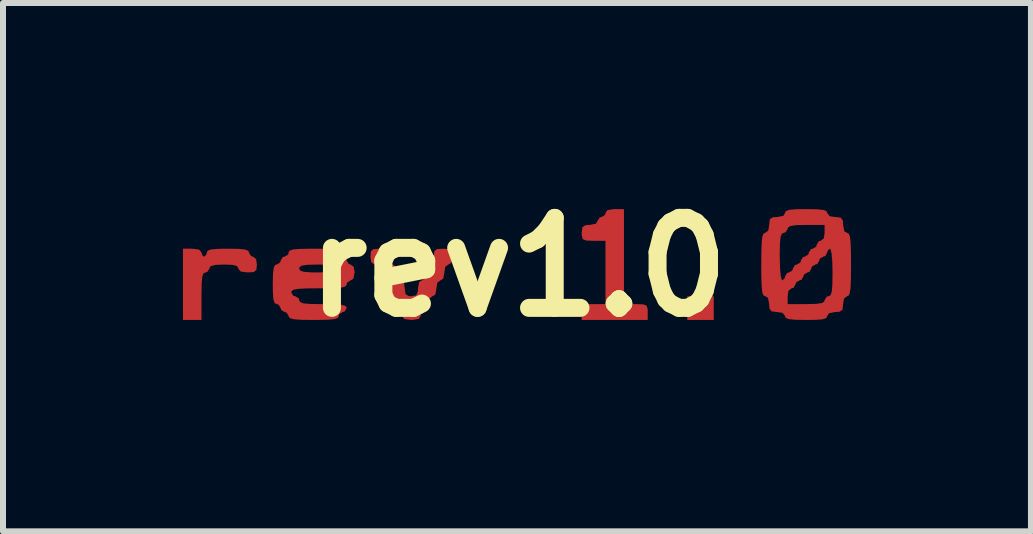
<source format=kicad_pcb>
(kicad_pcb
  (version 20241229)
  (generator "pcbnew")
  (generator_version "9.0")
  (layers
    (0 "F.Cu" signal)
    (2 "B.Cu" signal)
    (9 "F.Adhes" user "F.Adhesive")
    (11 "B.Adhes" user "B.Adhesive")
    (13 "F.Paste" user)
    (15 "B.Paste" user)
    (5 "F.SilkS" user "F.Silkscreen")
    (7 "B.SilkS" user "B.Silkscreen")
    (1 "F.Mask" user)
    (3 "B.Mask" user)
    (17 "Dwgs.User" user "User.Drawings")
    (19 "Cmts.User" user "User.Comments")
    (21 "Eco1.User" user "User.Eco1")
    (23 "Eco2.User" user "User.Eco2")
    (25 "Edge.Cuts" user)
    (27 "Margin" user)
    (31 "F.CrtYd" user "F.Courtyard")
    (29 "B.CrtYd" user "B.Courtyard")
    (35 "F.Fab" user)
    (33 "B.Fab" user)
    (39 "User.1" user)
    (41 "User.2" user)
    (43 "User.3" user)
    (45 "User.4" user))
  (footprint "rev1.0"
    (layer "F.Cu")
    (at 5.591 1.404)
    (property "Reference" "rev1.0" (at 0 0 0) (layer "F.SilkS") (effects (font (size 1.5 1.5) (thickness 0.3))))
    (attr board_only exclude_from_pos_files exclude_from_bom)
    (fp_poly (pts (xy 3.258 0.682) (xy 3.258 0.88) (xy 3.037 0.88) (xy 2.817 0.88) (xy 2.817 0.682) (xy 2.817 0.484) (xy 3.037 0.484) (xy 3.258 0.484)) (stroke (width 0) (type solid)) (fill yes) (layer "F.Cu"))
    (fp_poly (pts (xy 1.761 -0.176) (xy 1.761 0.616) (xy 1.959 0.616) (xy 2.081 0.62) (xy 2.138 0.642) (xy 2.156 0.699) (xy 2.157 0.748) (xy 2.157 0.88) (xy 1.607 0.88) (xy 1.056 0.88) (xy 1.056 0.748) (xy 1.062 0.667) (xy 1.095 0.629) (xy 1.18 0.617) (xy 1.255 0.616) (xy 1.453 0.616) (xy 1.453 0.088) (xy 1.453 -0.44) (xy 1.255 -0.44) (xy 1.133 -0.444) (xy 1.075 -0.466) (xy 1.058 -0.522) (xy 1.056 -0.572) (xy 1.067 -0.666) (xy 1.119 -0.7) (xy 1.189 -0.704) (xy 1.293 -0.724) (xy 1.321 -0.77) (xy 1.356 -0.829) (xy 1.387 -0.836) (xy 1.445 -0.872) (xy 1.453 -0.902) (xy 1.486 -0.951) (xy 1.593 -0.968) (xy 1.607 -0.968) (xy 1.761 -0.968)) (stroke (width 0) (type solid)) (fill yes) (layer "F.Cu"))
    (fp_poly (pts (xy -5.323 -0.294) (xy -5.283 -0.248) (xy -5.282 -0.242) (xy -5.259 -0.184) (xy -5.238 -0.176) (xy -5.199 -0.212) (xy -5.194 -0.242) (xy -5.178 -0.276) (xy -5.118 -0.296) (xy -4.998 -0.306) (xy -4.842 -0.308) (xy -4.662 -0.305) (xy -4.553 -0.294) (xy -4.501 -0.271) (xy -4.49 -0.242) (xy -4.455 -0.184) (xy -4.424 -0.176) (xy -4.372 -0.137) (xy -4.358 -0.044) (xy -4.367 0.045) (xy -4.41 0.081) (xy -4.512 0.088) (xy -4.626 0.074) (xy -4.666 0.028) (xy -4.666 0.022) (xy -4.688 -0.018) (xy -4.764 -0.038) (xy -4.908 -0.044) (xy -5.054 -0.038) (xy -5.13 -0.017) (xy -5.15 0.022) (xy -5.186 0.08) (xy -5.216 0.088) (xy -5.249 0.103) (xy -5.269 0.16) (xy -5.279 0.272) (xy -5.282 0.455) (xy -5.282 0.484) (xy -5.282 0.88) (xy -5.437 0.88) (xy -5.591 0.88) (xy -5.591 0.286) (xy -5.591 -0.308) (xy -5.437 -0.308)) (stroke (width 0) (type solid)) (fill yes) (layer "F.Cu"))
    (fp_poly (pts (xy -1.151 -0.301) (xy -1.109 -0.263) (xy -1.101 -0.176) (xy -1.12 -0.071) (xy -1.167 -0.044) (xy -1.219 -0.005) (xy -1.233 0.088) (xy -1.252 0.193) (xy -1.299 0.22) (xy -1.351 0.259) (xy -1.365 0.352) (xy -1.384 0.457) (xy -1.431 0.484) (xy -1.483 0.524) (xy -1.497 0.616) (xy -1.516 0.721) (xy -1.563 0.748) (xy -1.621 0.784) (xy -1.629 0.814) (xy -1.662 0.863) (xy -1.769 0.88) (xy -1.783 0.88) (xy -1.897 0.866) (xy -1.937 0.82) (xy -1.937 0.814) (xy -1.972 0.756) (xy -2.003 0.748) (xy -2.055 0.709) (xy -2.069 0.616) (xy -2.089 0.511) (xy -2.135 0.484) (xy -2.187 0.445) (xy -2.201 0.352) (xy -2.221 0.247) (xy -2.267 0.22) (xy -2.319 0.181) (xy -2.333 0.088) (xy -2.353 -0.017) (xy -2.399 -0.044) (xy -2.452 -0.083) (xy -2.465 -0.176) (xy -2.457 -0.265) (xy -2.413 -0.301) (xy -2.311 -0.308) (xy -2.208 -0.301) (xy -2.165 -0.263) (xy -2.157 -0.176) (xy -2.137 -0.071) (xy -2.091 -0.044) (xy -2.039 -0.005) (xy -2.025 0.088) (xy -2.005 0.193) (xy -1.959 0.22) (xy -1.907 0.259) (xy -1.893 0.352) (xy -1.881 0.447) (xy -1.831 0.481) (xy -1.783 0.484) (xy -1.704 0.47) (xy -1.675 0.41) (xy -1.673 0.352) (xy -1.653 0.247) (xy -1.607 0.22) (xy -1.554 0.181) (xy -1.541 0.088) (xy -1.521 -0.017) (xy -1.475 -0.044) (xy -1.422 -0.083) (xy -1.409 -0.176) (xy -1.4 -0.265) (xy -1.357 -0.301) (xy -1.255 -0.308)) (stroke (width 0) (type solid)) (fill yes) (layer "F.Cu"))
    (fp_poly (pts (xy -3.212 -0.306) (xy -3.086 -0.297) (xy -3.018 -0.28) (xy -2.994 -0.252) (xy -2.993 -0.242) (xy -2.958 -0.184) (xy -2.927 -0.176) (xy -2.869 -0.141) (xy -2.861 -0.11) (xy -2.826 -0.052) (xy -2.795 -0.044) (xy -2.743 -0.005) (xy -2.729 0.088) (xy -2.749 0.193) (xy -2.795 0.22) (xy -2.854 0.255) (xy -2.861 0.286) (xy -2.876 0.316) (xy -2.928 0.336) (xy -3.032 0.347) (xy -3.202 0.352) (xy -3.324 0.352) (xy -3.535 0.354) (xy -3.672 0.362) (xy -3.75 0.376) (xy -3.782 0.401) (xy -3.786 0.418) (xy -3.751 0.477) (xy -3.72 0.484) (xy -3.661 0.519) (xy -3.654 0.55) (xy -3.638 0.582) (xy -3.582 0.603) (xy -3.47 0.613) (xy -3.286 0.616) (xy -3.258 0.616) (xy -3.064 0.619) (xy -2.944 0.628) (xy -2.881 0.647) (xy -2.862 0.678) (xy -2.861 0.682) (xy -2.897 0.741) (xy -2.927 0.748) (xy -2.986 0.784) (xy -2.993 0.814) (xy -3.008 0.846) (xy -3.063 0.866) (xy -3.172 0.876) (xy -3.351 0.88) (xy -3.412 0.88) (xy -3.611 0.878) (xy -3.737 0.869) (xy -3.805 0.852) (xy -3.829 0.824) (xy -3.83 0.814) (xy -3.865 0.756) (xy -3.896 0.748) (xy -3.954 0.713) (xy -3.962 0.682) (xy -3.997 0.624) (xy -4.028 0.616) (xy -4.063 0.599) (xy -4.083 0.536) (xy -4.092 0.413) (xy -4.094 0.286) (xy -4.09 0.112) (xy -4.079 0.022) (xy -3.654 0.022) (xy -3.636 0.058) (xy -3.57 0.078) (xy -3.442 0.087) (xy -3.346 0.088) (xy -3.178 0.084) (xy -3.082 0.07) (xy -3.042 0.043) (xy -3.037 0.022) (xy -3.056 -0.014) (xy -3.121 -0.034) (xy -3.249 -0.043) (xy -3.346 -0.044) (xy -3.513 -0.04) (xy -3.609 -0.026) (xy -3.649 0.001) (xy -3.654 0.022) (xy -4.079 0.022) (xy -4.078 0.01) (xy -4.053 -0.036) (xy -4.028 -0.044) (xy -3.97 -0.079) (xy -3.962 -0.11) (xy -3.927 -0.168) (xy -3.896 -0.176) (xy -3.837 -0.211) (xy -3.83 -0.242) (xy -3.815 -0.274) (xy -3.76 -0.294) (xy -3.651 -0.304) (xy -3.472 -0.308) (xy -3.412 -0.308)) (stroke (width 0) (type solid)) (fill yes) (layer "F.Cu"))
    (fp_poly (pts (xy 4.979 -0.965) (xy 5.087 -0.954) (xy 5.139 -0.932) (xy 5.15 -0.902) (xy 5.19 -0.85) (xy 5.282 -0.836) (xy 5.376 -0.825) (xy 5.411 -0.774) (xy 5.415 -0.704) (xy 5.434 -0.599) (xy 5.481 -0.572) (xy 5.509 -0.559) (xy 5.528 -0.51) (xy 5.54 -0.413) (xy 5.545 -0.253) (xy 5.547 -0.044) (xy 5.545 0.184) (xy 5.539 0.337) (xy 5.527 0.429) (xy 5.507 0.474) (xy 5.481 0.484) (xy 5.428 0.524) (xy 5.415 0.616) (xy 5.404 0.71) (xy 5.352 0.744) (xy 5.282 0.748) (xy 5.178 0.768) (xy 5.15 0.814) (xy 5.134 0.848) (xy 5.074 0.869) (xy 4.954 0.878) (xy 4.798 0.88) (xy 4.618 0.877) (xy 4.509 0.866) (xy 4.457 0.844) (xy 4.446 0.814) (xy 4.407 0.762) (xy 4.314 0.748) (xy 4.22 0.737) (xy 4.186 0.686) (xy 4.182 0.616) (xy 4.49 0.616) (xy 4.798 0.616) (xy 4.966 0.612) (xy 5.062 0.598) (xy 5.102 0.571) (xy 5.106 0.55) (xy 5.142 0.492) (xy 5.172 0.484) (xy 5.205 0.469) (xy 5.225 0.412) (xy 5.235 0.3) (xy 5.238 0.117) (xy 5.238 0.088) (xy 5.234 -0.102) (xy 5.221 -0.237) (xy 5.202 -0.304) (xy 5.194 -0.308) (xy 5.155 -0.272) (xy 5.15 -0.242) (xy 5.115 -0.184) (xy 5.084 -0.176) (xy 5.026 -0.141) (xy 5.018 -0.11) (xy 4.983 -0.052) (xy 4.952 -0.044) (xy 4.894 -0.009) (xy 4.886 0.022) (xy 4.851 0.08) (xy 4.82 0.088) (xy 4.762 0.123) (xy 4.754 0.154) (xy 4.719 0.212) (xy 4.688 0.22) (xy 4.63 0.255) (xy 4.622 0.286) (xy 4.587 0.344) (xy 4.556 0.352) (xy 4.504 0.392) (xy 4.49 0.484) (xy 4.49 0.616) (xy 4.182 0.616) (xy 4.162 0.511) (xy 4.116 0.484) (xy 4.087 0.471) (xy 4.068 0.422) (xy 4.057 0.325) (xy 4.051 0.165) (xy 4.05 -0.044) (xy 4.051 -0.176) (xy 4.358 -0.176) (xy 4.363 0.014) (xy 4.375 0.149) (xy 4.395 0.216) (xy 4.402 0.22) (xy 4.441 0.184) (xy 4.446 0.154) (xy 4.481 0.096) (xy 4.512 0.088) (xy 4.57 0.053) (xy 4.578 0.022) (xy 4.613 -0.036) (xy 4.644 -0.044) (xy 4.703 -0.079) (xy 4.71 -0.11) (xy 4.745 -0.168) (xy 4.776 -0.176) (xy 4.835 -0.211) (xy 4.842 -0.242) (xy 4.878 -0.3) (xy 4.908 -0.308) (xy 4.967 -0.343) (xy 4.974 -0.374) (xy 5.01 -0.433) (xy 5.04 -0.44) (xy 5.093 -0.48) (xy 5.106 -0.572) (xy 5.106 -0.704) (xy 4.798 -0.704) (xy 4.631 -0.7) (xy 4.535 -0.686) (xy 4.495 -0.659) (xy 4.49 -0.638) (xy 4.455 -0.58) (xy 4.424 -0.572) (xy 4.392 -0.557) (xy 4.372 -0.5) (xy 4.361 -0.388) (xy 4.358 -0.205) (xy 4.358 -0.176) (xy 4.051 -0.176) (xy 4.052 -0.272) (xy 4.058 -0.425) (xy 4.07 -0.517) (xy 4.09 -0.562) (xy 4.116 -0.572) (xy 4.168 -0.612) (xy 4.182 -0.704) (xy 4.193 -0.798) (xy 4.244 -0.832) (xy 4.314 -0.836) (xy 4.419 -0.856) (xy 4.446 -0.902) (xy 4.463 -0.936) (xy 4.523 -0.957) (xy 4.642 -0.966) (xy 4.798 -0.968)) (stroke (width 0) (type solid)) (fill yes) (layer "F.Cu")))
  (gr_rect
    (start -3 -3)
    (end 14.137 5.808)
    (stroke (width 0.1) (type default))
    (fill no)
    (layer "Edge.Cuts")))
</source>
